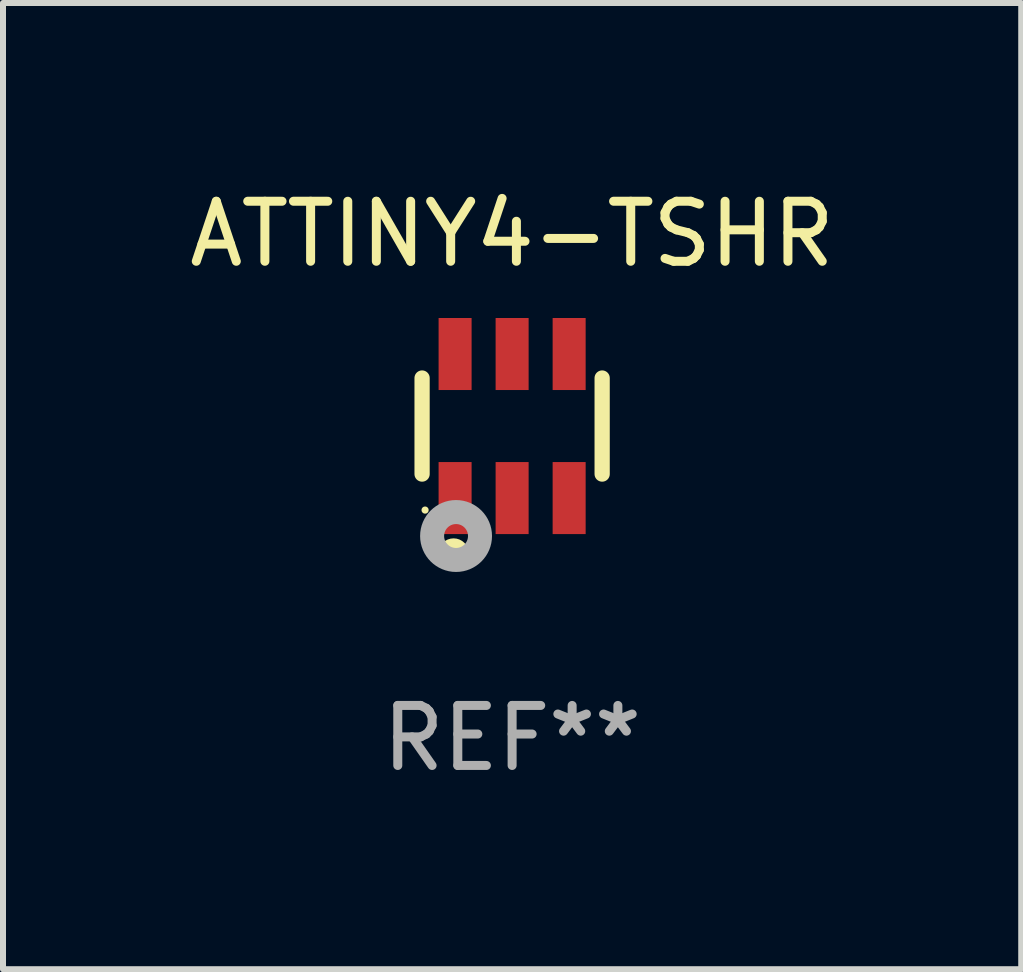
<source format=kicad_pcb>
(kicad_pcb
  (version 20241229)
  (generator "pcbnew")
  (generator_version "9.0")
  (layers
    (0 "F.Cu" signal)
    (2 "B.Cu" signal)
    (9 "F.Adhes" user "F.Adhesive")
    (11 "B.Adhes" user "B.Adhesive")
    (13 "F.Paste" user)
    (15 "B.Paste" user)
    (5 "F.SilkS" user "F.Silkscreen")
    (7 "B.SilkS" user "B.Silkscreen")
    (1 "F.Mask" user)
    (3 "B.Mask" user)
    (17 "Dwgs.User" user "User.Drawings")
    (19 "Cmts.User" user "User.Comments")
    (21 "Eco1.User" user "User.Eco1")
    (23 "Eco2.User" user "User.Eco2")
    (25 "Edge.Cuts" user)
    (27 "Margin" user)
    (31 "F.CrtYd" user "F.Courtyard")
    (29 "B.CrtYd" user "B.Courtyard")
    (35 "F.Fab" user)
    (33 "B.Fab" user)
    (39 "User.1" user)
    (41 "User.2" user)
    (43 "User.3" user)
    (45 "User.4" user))
  (footprint "ATTINY4-TSHR"
    (layer "F.Cu")
    (at 5.482 4.048)
    (property "Reference" "ATTINY4-TSHR" (at 0 -3.2 0) (layer "F.SilkS") (effects (font (size 1 1) (thickness 0.15))))
    (attr through_hole)
    (fp_line (start -1.5 0.8) (end -1.5 -0.8) (stroke (width 0.254) (type solid)) (layer "F.SilkS"))
    (fp_line (start 1.5 -0.8) (end 1.5 0.8) (stroke (width 0.254) (type solid)) (layer "F.SilkS"))
    (fp_circle (center -1.45 1.4) (end -1.42 1.4) (stroke (width 0.06) (type solid)) (fill no) (layer "F.SilkS"))
    (fp_circle (center -0.975 2.125) (end -0.848 2.125) (stroke (width 0.254) (type solid)) (fill no) (layer "F.SilkS"))
    (fp_circle (center -0.934 1.832) (end -0.735 1.832) (stroke (width 0.4) (type solid)) (fill no) (layer "F.Fab"))
    (fp_text user "REF**" (at 0 5.2 0) (layer "F.Fab") (effects (font (size 1 1) (thickness 0.15))))
    (pad "1" smd rect (at -0.95 1.2) (size 0.55 1.2) (layers "F.Cu" "F.Mask" "F.Paste"))
    (pad "2" smd rect (at 0 1.2) (size 0.55 1.2) (layers "F.Cu" "F.Mask" "F.Paste"))
    (pad "3" smd rect (at 0.95 1.2) (size 0.55 1.2) (layers "F.Cu" "F.Mask" "F.Paste"))
    (pad "4" smd rect (at 0.95 -1.2) (size 0.55 1.2) (layers "F.Cu" "F.Mask" "F.Paste"))
    (pad "5" smd rect (at 0 -1.2) (size 0.55 1.2) (layers "F.Cu" "F.Mask" "F.Paste"))
    (pad "6" smd rect (at -0.95 -1.2) (size 0.55 1.2) (layers "F.Cu" "F.Mask" "F.Paste")))
  (gr_rect
    (start -3 -3)
    (end 13.964 13.097)
    (stroke (width 0.1) (type default))
    (fill no)
    (layer "Edge.Cuts")))
</source>
